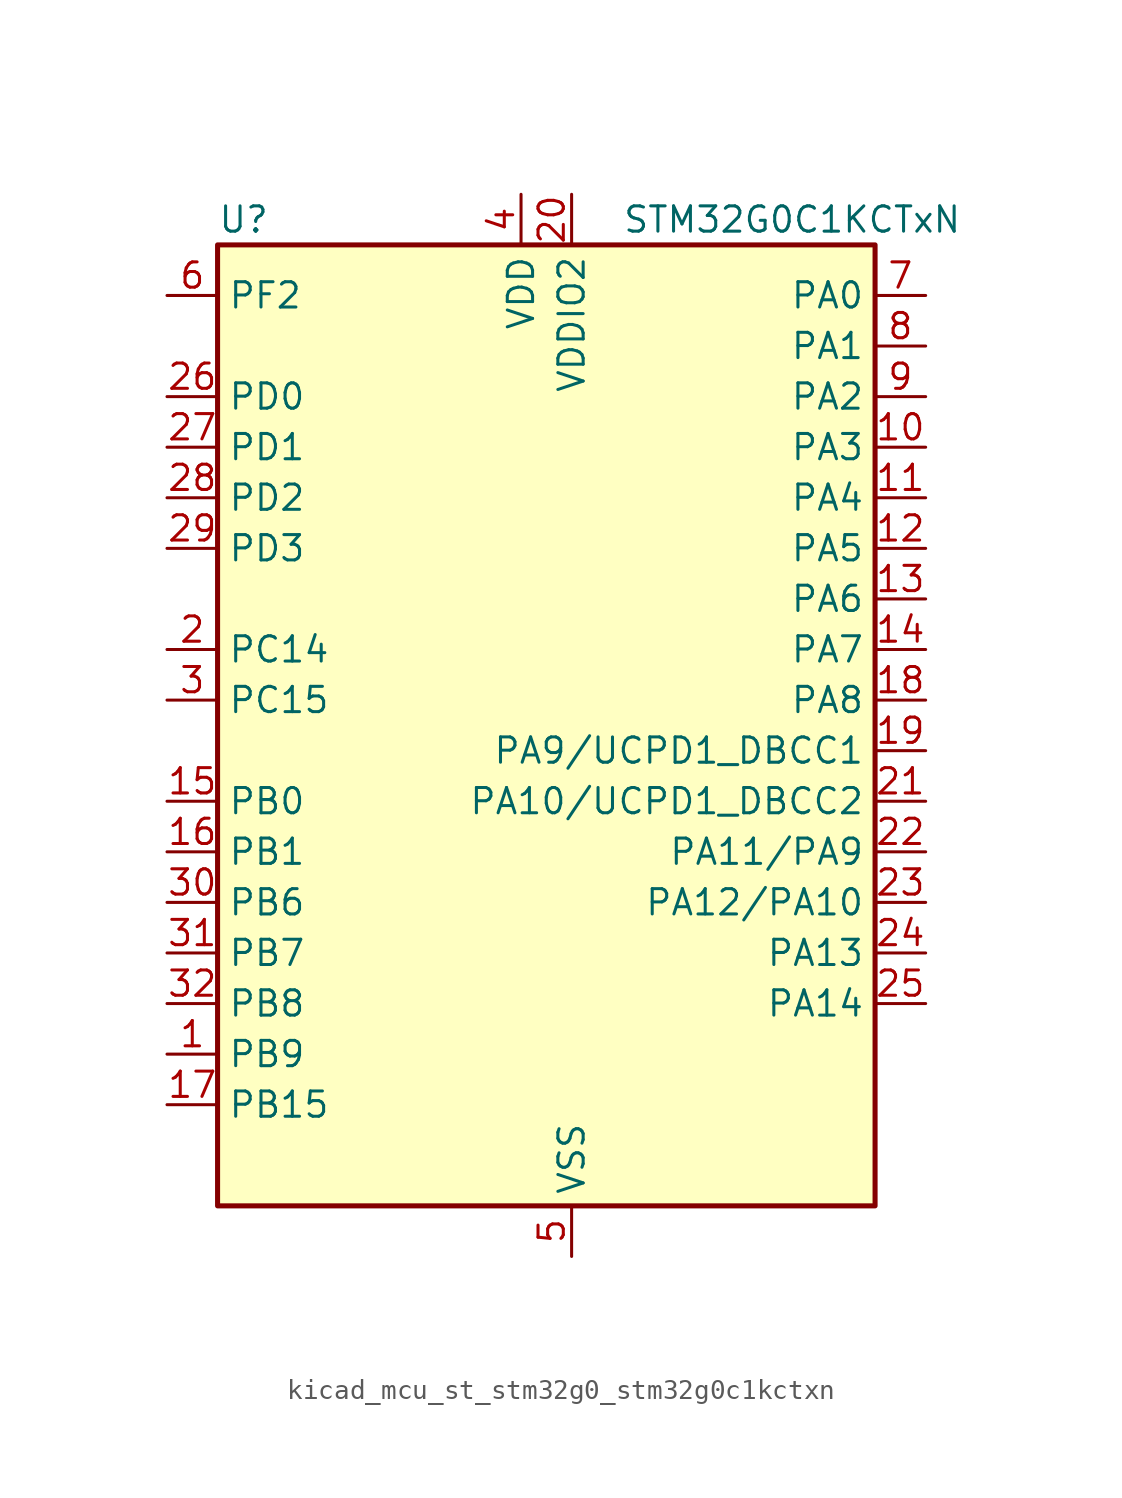
<source format=kicad_sym>
(kicad_symbol_lib
  (version 20220914)
  (generator kicad_symbol_editor)
  (symbol "kicad_mcu_st_stm32g0_stm32g0c1kctxn"
    (property "Reference" "U"
      (at -15.24 26.67 0)
      (effects (font (size 1.27 1.27)) (justify left)))
    (property "Value" "STM32G0C1KCTxN"
      (at 5.08 26.67 0)
      (effects (font (size 1.27 1.27)) (justify left)))
    (property "ki_locked" ""
      (at 0 0 0)
      (effects (font (size 1.27 1.27))))
    (symbol "kicad_mcu_st_stm32g0_stm32g0c1kctxn_0_1"
      (rectangle (start -15.24 -22.86) (end 17.78 25.4) (stroke (width 0.254) (type default)) (fill (type background))))
    (symbol "kicad_mcu_st_stm32g0_stm32g0c1kctxn_1_1"
      (pin bidirectional line (at -17.78 -15.24 0) (length 2.54) (name "PB9" (effects (font (size 1.27 1.27)))) (number "1" (effects (font (size 1.27 1.27)))) (alternate "DAC1_EXTI9" bidirectional line) (alternate "FDCAN1_TX" bidirectional line) (alternate "I2C1_SDA" bidirectional line) (alternate "I2S2_WS" bidirectional line) (alternate "IR_OUT" bidirectional line) (alternate "SPI2_NSS" bidirectional line) (alternate "TIM17_CH1" bidirectional line) (alternate "TIM4_CH4" bidirectional line) (alternate "UCPD2_FRSTX1" bidirectional line) (alternate "UCPD2_FRSTX2" bidirectional line) (alternate "USART3_RX" bidirectional line) (alternate "USART6_RX" bidirectional line))
      (pin bidirectional line (at 20.32 15.24 180) (length 2.54) (name "PA3" (effects (font (size 1.27 1.27)))) (number "10" (effects (font (size 1.27 1.27)))) (alternate "ADC1_IN3" bidirectional line) (alternate "COMP2_INP" bidirectional line) (alternate "I2S2_MCK" bidirectional line) (alternate "LPUART1_RX" bidirectional line) (alternate "SPI2_MISO" bidirectional line) (alternate "TIM15_CH2" bidirectional line) (alternate "TIM2_CH4" bidirectional line) (alternate "UCPD2_FRSTX1" bidirectional line) (alternate "UCPD2_FRSTX2" bidirectional line) (alternate "USART2_RX" bidirectional line))
      (pin bidirectional line (at 20.32 12.7 180) (length 2.54) (name "PA4" (effects (font (size 1.27 1.27)))) (number "11" (effects (font (size 1.27 1.27)))) (alternate "ADC1_IN4" bidirectional line) (alternate "DAC1_OUT1" bidirectional line) (alternate "I2S1_WS" bidirectional line) (alternate "I2S2_SD" bidirectional line) (alternate "LPTIM2_OUT" bidirectional line) (alternate "RTC_OUT1" bidirectional line) (alternate "RTC_TAMP_IN1" bidirectional line) (alternate "RTC_TS" bidirectional line) (alternate "SPI1_NSS" bidirectional line) (alternate "SPI2_MOSI" bidirectional line) (alternate "SYS_WKUP2" bidirectional line) (alternate "TIM14_CH1" bidirectional line) (alternate "UCPD2_FRSTX1" bidirectional line) (alternate "UCPD2_FRSTX2" bidirectional line) (alternate "USART6_TX" bidirectional line) (alternate "USB_NOE" bidirectional line))
      (pin bidirectional line (at 20.32 10.16 180) (length 2.54) (name "PA5" (effects (font (size 1.27 1.27)))) (number "12" (effects (font (size 1.27 1.27)))) (alternate "ADC1_IN5" bidirectional line) (alternate "CEC" bidirectional line) (alternate "DAC1_OUT2" bidirectional line) (alternate "I2S1_CK" bidirectional line) (alternate "LPTIM2_ETR" bidirectional line) (alternate "SPI1_SCK" bidirectional line) (alternate "TIM2_CH1" bidirectional line) (alternate "TIM2_ETR" bidirectional line) (alternate "UCPD1_FRSTX1" bidirectional line) (alternate "UCPD1_FRSTX2" bidirectional line) (alternate "USART3_TX" bidirectional line) (alternate "USART6_RX" bidirectional line))
      (pin bidirectional line (at 20.32 7.62 180) (length 2.54) (name "PA6" (effects (font (size 1.27 1.27)))) (number "13" (effects (font (size 1.27 1.27)))) (alternate "ADC1_IN6" bidirectional line) (alternate "COMP1_OUT" bidirectional line) (alternate "I2C2_SDA" bidirectional line) (alternate "I2C3_SDA" bidirectional line) (alternate "I2S1_MCK" bidirectional line) (alternate "LPUART1_CTS" bidirectional line) (alternate "SPI1_MISO" bidirectional line) (alternate "TIM16_CH1" bidirectional line) (alternate "TIM1_BK" bidirectional line) (alternate "TIM3_CH1" bidirectional line) (alternate "USART3_CTS" bidirectional line) (alternate "USART3_NSS" bidirectional line) (alternate "USART6_CTS" bidirectional line) (alternate "USART6_NSS" bidirectional line))
      (pin bidirectional line (at 20.32 5.08 180) (length 2.54) (name "PA7" (effects (font (size 1.27 1.27)))) (number "14" (effects (font (size 1.27 1.27)))) (alternate "ADC1_IN7" bidirectional line) (alternate "COMP2_OUT" bidirectional line) (alternate "I2C2_SCL" bidirectional line) (alternate "I2C3_SCL" bidirectional line) (alternate "I2S1_SD" bidirectional line) (alternate "SPI1_MOSI" bidirectional line) (alternate "TIM14_CH1" bidirectional line) (alternate "TIM17_CH1" bidirectional line) (alternate "TIM1_CH1N" bidirectional line) (alternate "TIM3_CH2" bidirectional line) (alternate "UCPD1_FRSTX1" bidirectional line) (alternate "UCPD1_FRSTX2" bidirectional line) (alternate "USART6_CK" bidirectional line) (alternate "USART6_DE" bidirectional line) (alternate "USART6_RTS" bidirectional line))
      (pin bidirectional line (at -17.78 -2.54 0) (length 2.54) (name "PB0" (effects (font (size 1.27 1.27)))) (number "15" (effects (font (size 1.27 1.27)))) (alternate "ADC1_IN8" bidirectional line) (alternate "COMP1_OUT" bidirectional line) (alternate "COMP3_INP" bidirectional line) (alternate "FDCAN2_RX" bidirectional line) (alternate "I2S1_WS" bidirectional line) (alternate "LPTIM1_OUT" bidirectional line) (alternate "LPUART2_CTS" bidirectional line) (alternate "SPI1_NSS" bidirectional line) (alternate "TIM1_CH2N" bidirectional line) (alternate "TIM3_CH3" bidirectional line) (alternate "UCPD1_FRSTX1" bidirectional line) (alternate "UCPD1_FRSTX2" bidirectional line) (alternate "USART3_RX" bidirectional line) (alternate "USART5_TX" bidirectional line))
      (pin bidirectional line (at -17.78 -5.08 0) (length 2.54) (name "PB1" (effects (font (size 1.27 1.27)))) (number "16" (effects (font (size 1.27 1.27)))) (alternate "ADC1_IN9" bidirectional line) (alternate "COMP1_INM" bidirectional line) (alternate "COMP3_OUT" bidirectional line) (alternate "FDCAN2_TX" bidirectional line) (alternate "LPTIM2_IN1" bidirectional line) (alternate "LPUART1_DE" bidirectional line) (alternate "LPUART1_RTS" bidirectional line) (alternate "LPUART2_DE" bidirectional line) (alternate "LPUART2_RTS" bidirectional line) (alternate "TIM14_CH1" bidirectional line) (alternate "TIM1_CH3N" bidirectional line) (alternate "TIM3_CH4" bidirectional line) (alternate "USART3_CK" bidirectional line) (alternate "USART3_DE" bidirectional line) (alternate "USART3_RTS" bidirectional line) (alternate "USART5_RX" bidirectional line))
      (pin bidirectional line (at -17.78 -17.78 0) (length 2.54) (name "PB15" (effects (font (size 1.27 1.27)))) (number "17" (effects (font (size 1.27 1.27)))) (alternate "I2S2_SD" bidirectional line) (alternate "RTC_REFIN" bidirectional line) (alternate "SPI2_MOSI" bidirectional line) (alternate "TIM15_CH1N" bidirectional line) (alternate "TIM15_CH2" bidirectional line) (alternate "TIM1_CH3N" bidirectional line) (alternate "UCPD1_CC2" bidirectional line) (alternate "USART6_CTS" bidirectional line) (alternate "USART6_NSS" bidirectional line))
      (pin bidirectional line (at 20.32 2.54 180) (length 2.54) (name "PA8" (effects (font (size 1.27 1.27)))) (number "18" (effects (font (size 1.27 1.27)))) (alternate "CRS1_SYNC" bidirectional line) (alternate "I2C2_SMBA" bidirectional line) (alternate "I2S2_WS" bidirectional line) (alternate "LPTIM2_OUT" bidirectional line) (alternate "RCC_MCO" bidirectional line) (alternate "SPI2_NSS" bidirectional line) (alternate "TIM1_CH1" bidirectional line) (alternate "UCPD1_CC1" bidirectional line))
      (pin bidirectional line (at 20.32 0 180) (length 2.54) (name "PA9/UCPD1_DBCC1" (effects (font (size 1.27 1.27)))) (number "19" (effects (font (size 1.27 1.27)))) (alternate "DAC1_EXTI9" bidirectional line) (alternate "I2C1_SCL" bidirectional line) (alternate "I2C2_SCL" bidirectional line) (alternate "I2S2_MCK" bidirectional line) (alternate "RCC_MCO" bidirectional line) (alternate "SPI2_MISO" bidirectional line) (alternate "TIM15_BK" bidirectional line) (alternate "TIM1_CH2" bidirectional line) (alternate "UCPD1_DBCC1" bidirectional line) (alternate "USART1_TX" bidirectional line))
      (pin bidirectional line (at -17.78 5.08 0) (length 2.54) (name "PC14" (effects (font (size 1.27 1.27)))) (number "2" (effects (font (size 1.27 1.27)))) (alternate "RCC_OSC32_IN" bidirectional line) (alternate "RCC_OSC_IN" bidirectional line) (alternate "TIM1_BK2" bidirectional line))
      (pin power_in line (at 2.54 27.94 270) (length 2.54) (name "VDDIO2" (effects (font (size 1.27 1.27)))) (number "20" (effects (font (size 1.27 1.27)))))
      (pin bidirectional line (at 20.32 -2.54 180) (length 2.54) (name "PA10/UCPD1_DBCC2" (effects (font (size 1.27 1.27)))) (number "21" (effects (font (size 1.27 1.27)))) (alternate "I2C1_SDA" bidirectional line) (alternate "I2C2_SDA" bidirectional line) (alternate "I2S2_SD" bidirectional line) (alternate "RCC_MCO_2" bidirectional line) (alternate "SPI2_MOSI" bidirectional line) (alternate "TIM17_BK" bidirectional line) (alternate "TIM1_CH3" bidirectional line) (alternate "UCPD1_DBCC2" bidirectional line) (alternate "USART1_RX" bidirectional line))
      (pin bidirectional line (at 20.32 -5.08 180) (length 2.54) (name "PA11/PA9" (effects (font (size 1.27 1.27)))) (number "22" (effects (font (size 1.27 1.27)))) (alternate "ADC1_EXTI11" bidirectional line) (alternate "COMP1_OUT" bidirectional line) (alternate "FDCAN1_RX" bidirectional line) (alternate "I2C2_SCL" bidirectional line) (alternate "I2S1_MCK" bidirectional line) (alternate "SPI1_MISO" bidirectional line) (alternate "TIM1_BK2" bidirectional line) (alternate "TIM1_CH4" bidirectional line) (alternate "USART1_CTS" bidirectional line) (alternate "USART1_NSS" bidirectional line) (alternate "USB_DM" bidirectional line))
      (pin bidirectional line (at 20.32 -7.62 180) (length 2.54) (name "PA12/PA10" (effects (font (size 1.27 1.27)))) (number "23" (effects (font (size 1.27 1.27)))) (alternate "COMP2_OUT" bidirectional line) (alternate "FDCAN1_TX" bidirectional line) (alternate "I2C2_SDA" bidirectional line) (alternate "I2S1_SD" bidirectional line) (alternate "I2S_CKIN" bidirectional line) (alternate "SPI1_MOSI" bidirectional line) (alternate "TIM1_ETR" bidirectional line) (alternate "USART1_CK" bidirectional line) (alternate "USART1_DE" bidirectional line) (alternate "USART1_RTS" bidirectional line) (alternate "USB_DP" bidirectional line))
      (pin bidirectional line (at 20.32 -10.16 180) (length 2.54) (name "PA13" (effects (font (size 1.27 1.27)))) (number "24" (effects (font (size 1.27 1.27)))) (alternate "IR_OUT" bidirectional line) (alternate "LPUART2_RX" bidirectional line) (alternate "SYS_SWDIO" bidirectional line) (alternate "USB_NOE" bidirectional line))
      (pin bidirectional line (at 20.32 -12.7 180) (length 2.54) (name "PA14" (effects (font (size 1.27 1.27)))) (number "25" (effects (font (size 1.27 1.27)))) (alternate "LPUART2_TX" bidirectional line) (alternate "SYS_SWCLK" bidirectional line) (alternate "USART2_TX" bidirectional line))
      (pin bidirectional line (at -17.78 17.78 0) (length 2.54) (name "PD0" (effects (font (size 1.27 1.27)))) (number "26" (effects (font (size 1.27 1.27)))) (alternate "FDCAN1_RX" bidirectional line) (alternate "I2S2_WS" bidirectional line) (alternate "SPI2_NSS" bidirectional line) (alternate "TIM16_CH1" bidirectional line) (alternate "UCPD2_CC1" bidirectional line))
      (pin bidirectional line (at -17.78 15.24 0) (length 2.54) (name "PD1" (effects (font (size 1.27 1.27)))) (number "27" (effects (font (size 1.27 1.27)))) (alternate "FDCAN1_TX" bidirectional line) (alternate "I2S2_CK" bidirectional line) (alternate "SPI2_SCK" bidirectional line) (alternate "TIM17_CH1" bidirectional line) (alternate "UCPD2_DBCC1" bidirectional line))
      (pin bidirectional line (at -17.78 12.7 0) (length 2.54) (name "PD2" (effects (font (size 1.27 1.27)))) (number "28" (effects (font (size 1.27 1.27)))) (alternate "TIM1_CH1N" bidirectional line) (alternate "TIM3_ETR" bidirectional line) (alternate "UCPD2_CC2" bidirectional line) (alternate "USART3_CK" bidirectional line) (alternate "USART3_DE" bidirectional line) (alternate "USART3_RTS" bidirectional line) (alternate "USART5_RX" bidirectional line))
      (pin bidirectional line (at -17.78 10.16 0) (length 2.54) (name "PD3" (effects (font (size 1.27 1.27)))) (number "29" (effects (font (size 1.27 1.27)))) (alternate "I2S2_MCK" bidirectional line) (alternate "SPI2_MISO" bidirectional line) (alternate "TIM1_CH2N" bidirectional line) (alternate "UCPD2_DBCC2" bidirectional line) (alternate "USART2_CTS" bidirectional line) (alternate "USART2_NSS" bidirectional line) (alternate "USART5_TX" bidirectional line))
      (pin bidirectional line (at -17.78 2.54 0) (length 2.54) (name "PC15" (effects (font (size 1.27 1.27)))) (number "3" (effects (font (size 1.27 1.27)))) (alternate "RCC_OSC32_EN" bidirectional line) (alternate "RCC_OSC32_OUT" bidirectional line) (alternate "RCC_OSC_EN" bidirectional line) (alternate "TIM15_BK" bidirectional line))
      (pin bidirectional line (at -17.78 -7.62 0) (length 2.54) (name "PB6" (effects (font (size 1.27 1.27)))) (number "30" (effects (font (size 1.27 1.27)))) (alternate "COMP2_INP" bidirectional line) (alternate "FDCAN2_TX" bidirectional line) (alternate "I2C1_SCL" bidirectional line) (alternate "I2S2_MCK" bidirectional line) (alternate "LPTIM1_ETR" bidirectional line) (alternate "LPUART2_TX" bidirectional line) (alternate "SPI2_MISO" bidirectional line) (alternate "TIM16_CH1N" bidirectional line) (alternate "TIM1_CH3" bidirectional line) (alternate "TIM4_CH1" bidirectional line) (alternate "USART1_TX" bidirectional line) (alternate "USART5_CTS" bidirectional line) (alternate "USART5_NSS" bidirectional line))
      (pin bidirectional line (at -17.78 -10.16 0) (length 2.54) (name "PB7" (effects (font (size 1.27 1.27)))) (number "31" (effects (font (size 1.27 1.27)))) (alternate "COMP2_INM" bidirectional line) (alternate "I2C1_SDA" bidirectional line) (alternate "I2S2_SD" bidirectional line) (alternate "LPTIM1_IN2" bidirectional line) (alternate "LPUART2_RX" bidirectional line) (alternate "SPI2_MOSI" bidirectional line) (alternate "SYS_PVD_IN" bidirectional line) (alternate "TIM17_CH1N" bidirectional line) (alternate "TIM4_CH2" bidirectional line) (alternate "USART1_RX" bidirectional line) (alternate "USART4_CTS" bidirectional line) (alternate "USART4_NSS" bidirectional line))
      (pin bidirectional line (at -17.78 -12.7 0) (length 2.54) (name "PB8" (effects (font (size 1.27 1.27)))) (number "32" (effects (font (size 1.27 1.27)))) (alternate "CEC" bidirectional line) (alternate "FDCAN1_RX" bidirectional line) (alternate "I2C1_SCL" bidirectional line) (alternate "I2S2_CK" bidirectional line) (alternate "SPI2_SCK" bidirectional line) (alternate "TIM15_BK" bidirectional line) (alternate "TIM16_CH1" bidirectional line) (alternate "TIM4_CH3" bidirectional line) (alternate "USART3_TX" bidirectional line) (alternate "USART6_TX" bidirectional line))
      (pin power_in line (at 0 27.94 270) (length 2.54) (name "VDD" (effects (font (size 1.27 1.27)))) (number "4" (effects (font (size 1.27 1.27)))))
      (pin power_in line (at 2.54 -25.4 90) (length 2.54) (name "VSS" (effects (font (size 1.27 1.27)))) (number "5" (effects (font (size 1.27 1.27)))))
      (pin bidirectional line (at -17.78 22.86 0) (length 2.54) (name "PF2" (effects (font (size 1.27 1.27)))) (number "6" (effects (font (size 1.27 1.27)))) (alternate "LPUART2_DE" bidirectional line) (alternate "LPUART2_RTS" bidirectional line) (alternate "LPUART2_TX" bidirectional line) (alternate "RCC_MCO" bidirectional line))
      (pin bidirectional line (at 20.32 22.86 180) (length 2.54) (name "PA0" (effects (font (size 1.27 1.27)))) (number "7" (effects (font (size 1.27 1.27)))) (alternate "ADC1_IN0" bidirectional line) (alternate "COMP1_INM" bidirectional line) (alternate "COMP1_OUT" bidirectional line) (alternate "I2S2_CK" bidirectional line) (alternate "LPTIM1_OUT" bidirectional line) (alternate "RTC_TAMP_IN2" bidirectional line) (alternate "SPI2_SCK" bidirectional line) (alternate "SYS_WKUP1" bidirectional line) (alternate "TIM2_CH1" bidirectional line) (alternate "TIM2_ETR" bidirectional line) (alternate "UCPD2_FRSTX1" bidirectional line) (alternate "UCPD2_FRSTX2" bidirectional line) (alternate "USART2_CTS" bidirectional line) (alternate "USART2_NSS" bidirectional line) (alternate "USART4_TX" bidirectional line))
      (pin bidirectional line (at 20.32 20.32 180) (length 2.54) (name "PA1" (effects (font (size 1.27 1.27)))) (number "8" (effects (font (size 1.27 1.27)))) (alternate "ADC1_IN1" bidirectional line) (alternate "COMP1_INP" bidirectional line) (alternate "I2C1_SMBA" bidirectional line) (alternate "I2S1_CK" bidirectional line) (alternate "SPI1_SCK" bidirectional line) (alternate "TIM15_CH1N" bidirectional line) (alternate "TIM2_CH2" bidirectional line) (alternate "USART2_CK" bidirectional line) (alternate "USART2_DE" bidirectional line) (alternate "USART2_RTS" bidirectional line) (alternate "USART4_RX" bidirectional line))
      (pin bidirectional line (at 20.32 17.78 180) (length 2.54) (name "PA2" (effects (font (size 1.27 1.27)))) (number "9" (effects (font (size 1.27 1.27)))) (alternate "ADC1_IN2" bidirectional line) (alternate "COMP2_INM" bidirectional line) (alternate "COMP2_OUT" bidirectional line) (alternate "I2S1_SD" bidirectional line) (alternate "LPUART1_TX" bidirectional line) (alternate "RCC_LSCO" bidirectional line) (alternate "SPI1_MOSI" bidirectional line) (alternate "SYS_WKUP4" bidirectional line) (alternate "TIM15_CH1" bidirectional line) (alternate "TIM2_CH3" bidirectional line) (alternate "UCPD1_FRSTX1" bidirectional line) (alternate "UCPD1_FRSTX2" bidirectional line) (alternate "USART2_TX" bidirectional line)))))
</source>
